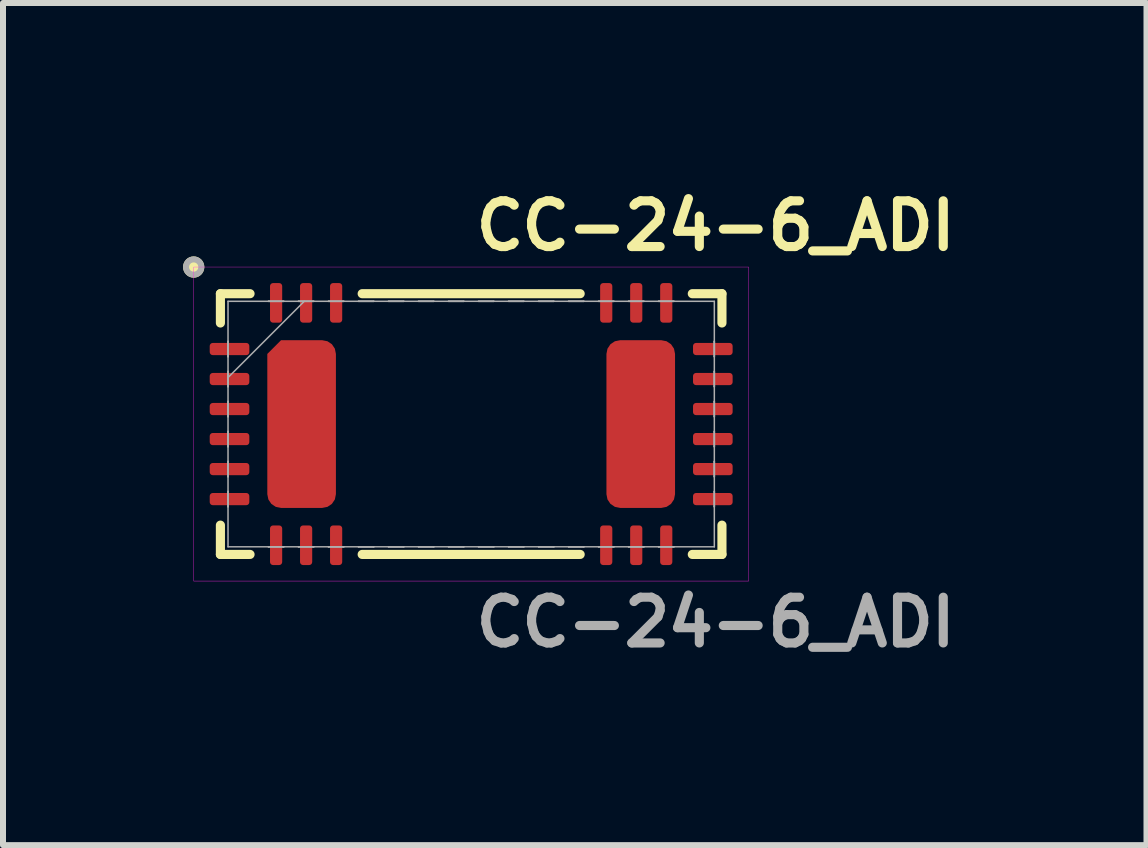
<source format=kicad_pcb>
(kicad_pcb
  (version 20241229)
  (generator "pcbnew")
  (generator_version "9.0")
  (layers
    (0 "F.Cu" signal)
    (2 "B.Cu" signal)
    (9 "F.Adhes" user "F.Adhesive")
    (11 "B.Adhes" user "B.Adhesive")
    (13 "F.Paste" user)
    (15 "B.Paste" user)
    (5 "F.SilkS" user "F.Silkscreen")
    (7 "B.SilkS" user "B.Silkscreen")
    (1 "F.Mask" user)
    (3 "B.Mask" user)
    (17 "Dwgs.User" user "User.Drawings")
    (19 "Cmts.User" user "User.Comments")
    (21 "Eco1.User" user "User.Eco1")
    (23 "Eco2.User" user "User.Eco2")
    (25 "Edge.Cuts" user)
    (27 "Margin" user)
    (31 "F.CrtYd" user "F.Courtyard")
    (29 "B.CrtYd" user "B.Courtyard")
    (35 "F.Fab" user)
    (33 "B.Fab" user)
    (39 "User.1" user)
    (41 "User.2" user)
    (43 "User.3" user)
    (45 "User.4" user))
  (footprint "CC-24-6_ADI"
    (layer "F.Cu")
    (at 4.8 4.015)
    (property "Reference" "CC-24-6_ADI" (at 0 -3.302 0) (unlocked yes) (layer "F.SilkS") (effects (font (size 0.762 0.762) (thickness 0.152) (bold yes)) (justify left)))
    (attr smd)
    (fp_line (start -4.178 -2.172) (end -4.178 -1.684) (stroke (width 0.152) (type solid)) (layer "F.SilkS"))
    (fp_line (start -4.178 1.684) (end -4.178 2.172) (stroke (width 0.152) (type solid)) (layer "F.SilkS"))
    (fp_line (start -4.178 2.172) (end -3.684 2.172) (stroke (width 0.152) (type solid)) (layer "F.SilkS"))
    (fp_line (start -3.684 -2.172) (end -4.178 -2.172) (stroke (width 0.152) (type solid)) (layer "F.SilkS"))
    (fp_line (start -1.816 2.172) (end 1.816 2.172) (stroke (width 0.152) (type solid)) (layer "F.SilkS"))
    (fp_line (start 1.816 -2.172) (end -1.816 -2.172) (stroke (width 0.152) (type solid)) (layer "F.SilkS"))
    (fp_line (start 3.684 2.172) (end 4.178 2.172) (stroke (width 0.152) (type solid)) (layer "F.SilkS"))
    (fp_line (start 4.178 -2.172) (end 3.684 -2.172) (stroke (width 0.152) (type solid)) (layer "F.SilkS"))
    (fp_line (start 4.178 -1.684) (end 4.178 -2.172) (stroke (width 0.152) (type solid)) (layer "F.SilkS"))
    (fp_line (start 4.178 2.172) (end 4.178 1.684) (stroke (width 0.152) (type solid)) (layer "F.SilkS"))
    (fp_circle (center -4.623 -2.616) (end -4.496 -2.616) (stroke (width 0.1) (type solid)) (fill yes) (layer "F.SilkS"))
    (fp_rect (start -4.623 -2.616) (end 4.623 2.616) (stroke (width 0.006) (type solid)) (fill no) (layer "F.CrtYd"))
    (fp_line (start -4.051 -2.045) (end -4.051 2.045) (stroke (width 0.025) (type solid)) (layer "F.Fab"))
    (fp_line (start -4.051 -1.377) (end -4.051 -1.377) (stroke (width 0.025) (type solid)) (layer "F.Fab"))
    (fp_line (start -4.051 -1.377) (end -4.051 -1.123) (stroke (width 0.025) (type solid)) (layer "F.Fab"))
    (fp_line (start -4.051 -1.123) (end -4.051 -1.377) (stroke (width 0.025) (type solid)) (layer "F.Fab"))
    (fp_line (start -4.051 -1.123) (end -4.051 -1.123) (stroke (width 0.025) (type solid)) (layer "F.Fab"))
    (fp_line (start -4.051 -0.877) (end -4.051 -0.877) (stroke (width 0.025) (type solid)) (layer "F.Fab"))
    (fp_line (start -4.051 -0.877) (end -4.051 -0.623) (stroke (width 0.025) (type solid)) (layer "F.Fab"))
    (fp_line (start -4.051 -0.775) (end -2.781 -2.045) (stroke (width 0.025) (type solid)) (layer "F.Fab"))
    (fp_line (start -4.051 -0.623) (end -4.051 -0.877) (stroke (width 0.025) (type solid)) (layer "F.Fab"))
    (fp_line (start -4.051 -0.623) (end -4.051 -0.623) (stroke (width 0.025) (type solid)) (layer "F.Fab"))
    (fp_line (start -4.051 -0.377) (end -4.051 -0.377) (stroke (width 0.025) (type solid)) (layer "F.Fab"))
    (fp_line (start -4.051 -0.377) (end -4.051 -0.123) (stroke (width 0.025) (type solid)) (layer "F.Fab"))
    (fp_line (start -4.051 -0.123) (end -4.051 -0.377) (stroke (width 0.025) (type solid)) (layer "F.Fab"))
    (fp_line (start -4.051 -0.123) (end -4.051 -0.123) (stroke (width 0.025) (type solid)) (layer "F.Fab"))
    (fp_line (start -4.051 0.123) (end -4.051 0.123) (stroke (width 0.025) (type solid)) (layer "F.Fab"))
    (fp_line (start -4.051 0.123) (end -4.051 0.377) (stroke (width 0.025) (type solid)) (layer "F.Fab"))
    (fp_line (start -4.051 0.377) (end -4.051 0.123) (stroke (width 0.025) (type solid)) (layer "F.Fab"))
    (fp_line (start -4.051 0.377) (end -4.051 0.377) (stroke (width 0.025) (type solid)) (layer "F.Fab"))
    (fp_line (start -4.051 0.623) (end -4.051 0.623) (stroke (width 0.025) (type solid)) (layer "F.Fab"))
    (fp_line (start -4.051 0.623) (end -4.051 0.877) (stroke (width 0.025) (type solid)) (layer "F.Fab"))
    (fp_line (start -4.051 0.877) (end -4.051 0.623) (stroke (width 0.025) (type solid)) (layer "F.Fab"))
    (fp_line (start -4.051 0.877) (end -4.051 0.877) (stroke (width 0.025) (type solid)) (layer "F.Fab"))
    (fp_line (start -4.051 1.123) (end -4.051 1.123) (stroke (width 0.025) (type solid)) (layer "F.Fab"))
    (fp_line (start -4.051 1.123) (end -4.051 1.377) (stroke (width 0.025) (type solid)) (layer "F.Fab"))
    (fp_line (start -4.051 1.377) (end -4.051 1.123) (stroke (width 0.025) (type solid)) (layer "F.Fab"))
    (fp_line (start -4.051 1.377) (end -4.051 1.377) (stroke (width 0.025) (type solid)) (layer "F.Fab"))
    (fp_line (start -4.051 2.045) (end 4.051 2.045) (stroke (width 0.025) (type solid)) (layer "F.Fab"))
    (fp_line (start -3.377 -2.045) (end -3.377 -2.045) (stroke (width 0.025) (type solid)) (layer "F.Fab"))
    (fp_line (start -3.377 -2.045) (end -3.123 -2.045) (stroke (width 0.025) (type solid)) (layer "F.Fab"))
    (fp_line (start -3.377 2.045) (end -3.377 2.045) (stroke (width 0.025) (type solid)) (layer "F.Fab"))
    (fp_line (start -3.377 2.045) (end -3.123 2.045) (stroke (width 0.025) (type solid)) (layer "F.Fab"))
    (fp_line (start -3.123 -2.045) (end -3.377 -2.045) (stroke (width 0.025) (type solid)) (layer "F.Fab"))
    (fp_line (start -3.123 -2.045) (end -3.123 -2.045) (stroke (width 0.025) (type solid)) (layer "F.Fab"))
    (fp_line (start -3.123 2.045) (end -3.377 2.045) (stroke (width 0.025) (type solid)) (layer "F.Fab"))
    (fp_line (start -3.123 2.045) (end -3.123 2.045) (stroke (width 0.025) (type solid)) (layer "F.Fab"))
    (fp_line (start -2.877 -2.045) (end -2.877 -2.045) (stroke (width 0.025) (type solid)) (layer "F.Fab"))
    (fp_line (start -2.877 -2.045) (end -2.623 -2.045) (stroke (width 0.025) (type solid)) (layer "F.Fab"))
    (fp_line (start -2.877 2.045) (end -2.877 2.045) (stroke (width 0.025) (type solid)) (layer "F.Fab"))
    (fp_line (start -2.877 2.045) (end -2.623 2.045) (stroke (width 0.025) (type solid)) (layer "F.Fab"))
    (fp_line (start -2.623 -2.045) (end -2.877 -2.045) (stroke (width 0.025) (type solid)) (layer "F.Fab"))
    (fp_line (start -2.623 -2.045) (end -2.623 -2.045) (stroke (width 0.025) (type solid)) (layer "F.Fab"))
    (fp_line (start -2.623 2.045) (end -2.877 2.045) (stroke (width 0.025) (type solid)) (layer "F.Fab"))
    (fp_line (start -2.623 2.045) (end -2.623 2.045) (stroke (width 0.025) (type solid)) (layer "F.Fab"))
    (fp_line (start -2.377 -2.045) (end -2.377 -2.045) (stroke (width 0.025) (type solid)) (layer "F.Fab"))
    (fp_line (start -2.377 -2.045) (end -2.123 -2.045) (stroke (width 0.025) (type solid)) (layer "F.Fab"))
    (fp_line (start -2.377 2.045) (end -2.377 2.045) (stroke (width 0.025) (type solid)) (layer "F.Fab"))
    (fp_line (start -2.377 2.045) (end -2.123 2.045) (stroke (width 0.025) (type solid)) (layer "F.Fab"))
    (fp_line (start -2.123 -2.045) (end -2.377 -2.045) (stroke (width 0.025) (type solid)) (layer "F.Fab"))
    (fp_line (start -2.123 -2.045) (end -2.123 -2.045) (stroke (width 0.025) (type solid)) (layer "F.Fab"))
    (fp_line (start -2.123 2.045) (end -2.377 2.045) (stroke (width 0.025) (type solid)) (layer "F.Fab"))
    (fp_line (start -2.123 2.045) (end -2.123 2.045) (stroke (width 0.025) (type solid)) (layer "F.Fab"))
    (fp_line (start -1.877 -2.045) (end -1.877 -2.045) (stroke (width 0.025) (type solid)) (layer "F.Fab"))
    (fp_line (start -1.877 -2.045) (end -1.623 -2.045) (stroke (width 0.025) (type solid)) (layer "F.Fab"))
    (fp_line (start -1.877 2.045) (end -1.877 2.045) (stroke (width 0.025) (type solid)) (layer "F.Fab"))
    (fp_line (start -1.877 2.045) (end -1.623 2.045) (stroke (width 0.025) (type solid)) (layer "F.Fab"))
    (fp_line (start -1.623 -2.045) (end -1.877 -2.045) (stroke (width 0.025) (type solid)) (layer "F.Fab"))
    (fp_line (start -1.623 -2.045) (end -1.623 -2.045) (stroke (width 0.025) (type solid)) (layer "F.Fab"))
    (fp_line (start -1.623 2.045) (end -1.877 2.045) (stroke (width 0.025) (type solid)) (layer "F.Fab"))
    (fp_line (start -1.623 2.045) (end -1.623 2.045) (stroke (width 0.025) (type solid)) (layer "F.Fab"))
    (fp_line (start -1.377 -2.045) (end -1.377 -2.045) (stroke (width 0.025) (type solid)) (layer "F.Fab"))
    (fp_line (start -1.377 -2.045) (end -1.123 -2.045) (stroke (width 0.025) (type solid)) (layer "F.Fab"))
    (fp_line (start -1.377 2.045) (end -1.377 2.045) (stroke (width 0.025) (type solid)) (layer "F.Fab"))
    (fp_line (start -1.377 2.045) (end -1.123 2.045) (stroke (width 0.025) (type solid)) (layer "F.Fab"))
    (fp_line (start -1.123 -2.045) (end -1.377 -2.045) (stroke (width 0.025) (type solid)) (layer "F.Fab"))
    (fp_line (start -1.123 -2.045) (end -1.123 -2.045) (stroke (width 0.025) (type solid)) (layer "F.Fab"))
    (fp_line (start -1.123 2.045) (end -1.377 2.045) (stroke (width 0.025) (type solid)) (layer "F.Fab"))
    (fp_line (start -1.123 2.045) (end -1.123 2.045) (stroke (width 0.025) (type solid)) (layer "F.Fab"))
    (fp_line (start -0.877 -2.045) (end -0.877 -2.045) (stroke (width 0.025) (type solid)) (layer "F.Fab"))
    (fp_line (start -0.877 -2.045) (end -0.623 -2.045) (stroke (width 0.025) (type solid)) (layer "F.Fab"))
    (fp_line (start -0.877 2.045) (end -0.877 2.045) (stroke (width 0.025) (type solid)) (layer "F.Fab"))
    (fp_line (start -0.877 2.045) (end -0.623 2.045) (stroke (width 0.025) (type solid)) (layer "F.Fab"))
    (fp_line (start -0.623 -2.045) (end -0.877 -2.045) (stroke (width 0.025) (type solid)) (layer "F.Fab"))
    (fp_line (start -0.623 -2.045) (end -0.623 -2.045) (stroke (width 0.025) (type solid)) (layer "F.Fab"))
    (fp_line (start -0.623 2.045) (end -0.877 2.045) (stroke (width 0.025) (type solid)) (layer "F.Fab"))
    (fp_line (start -0.623 2.045) (end -0.623 2.045) (stroke (width 0.025) (type solid)) (layer "F.Fab"))
    (fp_line (start -0.377 -2.045) (end -0.377 -2.045) (stroke (width 0.025) (type solid)) (layer "F.Fab"))
    (fp_line (start -0.377 -2.045) (end -0.123 -2.045) (stroke (width 0.025) (type solid)) (layer "F.Fab"))
    (fp_line (start -0.377 2.045) (end -0.377 2.045) (stroke (width 0.025) (type solid)) (layer "F.Fab"))
    (fp_line (start -0.377 2.045) (end -0.123 2.045) (stroke (width 0.025) (type solid)) (layer "F.Fab"))
    (fp_line (start -0.123 -2.045) (end -0.377 -2.045) (stroke (width 0.025) (type solid)) (layer "F.Fab"))
    (fp_line (start -0.123 -2.045) (end -0.123 -2.045) (stroke (width 0.025) (type solid)) (layer "F.Fab"))
    (fp_line (start -0.123 2.045) (end -0.377 2.045) (stroke (width 0.025) (type solid)) (layer "F.Fab"))
    (fp_line (start -0.123 2.045) (end -0.123 2.045) (stroke (width 0.025) (type solid)) (layer "F.Fab"))
    (fp_line (start 0.123 -2.045) (end 0.123 -2.045) (stroke (width 0.025) (type solid)) (layer "F.Fab"))
    (fp_line (start 0.123 -2.045) (end 0.377 -2.045) (stroke (width 0.025) (type solid)) (layer "F.Fab"))
    (fp_line (start 0.123 2.045) (end 0.123 2.045) (stroke (width 0.025) (type solid)) (layer "F.Fab"))
    (fp_line (start 0.123 2.045) (end 0.377 2.045) (stroke (width 0.025) (type solid)) (layer "F.Fab"))
    (fp_line (start 0.377 -2.045) (end 0.123 -2.045) (stroke (width 0.025) (type solid)) (layer "F.Fab"))
    (fp_line (start 0.377 -2.045) (end 0.377 -2.045) (stroke (width 0.025) (type solid)) (layer "F.Fab"))
    (fp_line (start 0.377 2.045) (end 0.123 2.045) (stroke (width 0.025) (type solid)) (layer "F.Fab"))
    (fp_line (start 0.377 2.045) (end 0.377 2.045) (stroke (width 0.025) (type solid)) (layer "F.Fab"))
    (fp_line (start 0.623 -2.045) (end 0.623 -2.045) (stroke (width 0.025) (type solid)) (layer "F.Fab"))
    (fp_line (start 0.623 -2.045) (end 0.877 -2.045) (stroke (width 0.025) (type solid)) (layer "F.Fab"))
    (fp_line (start 0.623 2.045) (end 0.623 2.045) (stroke (width 0.025) (type solid)) (layer "F.Fab"))
    (fp_line (start 0.623 2.045) (end 0.877 2.045) (stroke (width 0.025) (type solid)) (layer "F.Fab"))
    (fp_line (start 0.877 -2.045) (end 0.623 -2.045) (stroke (width 0.025) (type solid)) (layer "F.Fab"))
    (fp_line (start 0.877 -2.045) (end 0.877 -2.045) (stroke (width 0.025) (type solid)) (layer "F.Fab"))
    (fp_line (start 0.877 2.045) (end 0.623 2.045) (stroke (width 0.025) (type solid)) (layer "F.Fab"))
    (fp_line (start 0.877 2.045) (end 0.877 2.045) (stroke (width 0.025) (type solid)) (layer "F.Fab"))
    (fp_line (start 1.123 -2.045) (end 1.123 -2.045) (stroke (width 0.025) (type solid)) (layer "F.Fab"))
    (fp_line (start 1.123 -2.045) (end 1.377 -2.045) (stroke (width 0.025) (type solid)) (layer "F.Fab"))
    (fp_line (start 1.123 2.045) (end 1.123 2.045) (stroke (width 0.025) (type solid)) (layer "F.Fab"))
    (fp_line (start 1.123 2.045) (end 1.377 2.045) (stroke (width 0.025) (type solid)) (layer "F.Fab"))
    (fp_line (start 1.377 -2.045) (end 1.123 -2.045) (stroke (width 0.025) (type solid)) (layer "F.Fab"))
    (fp_line (start 1.377 -2.045) (end 1.377 -2.045) (stroke (width 0.025) (type solid)) (layer "F.Fab"))
    (fp_line (start 1.377 2.045) (end 1.123 2.045) (stroke (width 0.025) (type solid)) (layer "F.Fab"))
    (fp_line (start 1.377 2.045) (end 1.377 2.045) (stroke (width 0.025) (type solid)) (layer "F.Fab"))
    (fp_line (start 1.623 -2.045) (end 1.623 -2.045) (stroke (width 0.025) (type solid)) (layer "F.Fab"))
    (fp_line (start 1.623 -2.045) (end 1.877 -2.045) (stroke (width 0.025) (type solid)) (layer "F.Fab"))
    (fp_line (start 1.623 2.045) (end 1.623 2.045) (stroke (width 0.025) (type solid)) (layer "F.Fab"))
    (fp_line (start 1.623 2.045) (end 1.877 2.045) (stroke (width 0.025) (type solid)) (layer "F.Fab"))
    (fp_line (start 1.877 -2.045) (end 1.623 -2.045) (stroke (width 0.025) (type solid)) (layer "F.Fab"))
    (fp_line (start 1.877 -2.045) (end 1.877 -2.045) (stroke (width 0.025) (type solid)) (layer "F.Fab"))
    (fp_line (start 1.877 2.045) (end 1.623 2.045) (stroke (width 0.025) (type solid)) (layer "F.Fab"))
    (fp_line (start 1.877 2.045) (end 1.877 2.045) (stroke (width 0.025) (type solid)) (layer "F.Fab"))
    (fp_line (start 2.123 -2.045) (end 2.123 -2.045) (stroke (width 0.025) (type solid)) (layer "F.Fab"))
    (fp_line (start 2.123 -2.045) (end 2.377 -2.045) (stroke (width 0.025) (type solid)) (layer "F.Fab"))
    (fp_line (start 2.123 2.045) (end 2.123 2.045) (stroke (width 0.025) (type solid)) (layer "F.Fab"))
    (fp_line (start 2.123 2.045) (end 2.377 2.045) (stroke (width 0.025) (type solid)) (layer "F.Fab"))
    (fp_line (start 2.377 -2.045) (end 2.123 -2.045) (stroke (width 0.025) (type solid)) (layer "F.Fab"))
    (fp_line (start 2.377 -2.045) (end 2.377 -2.045) (stroke (width 0.025) (type solid)) (layer "F.Fab"))
    (fp_line (start 2.377 2.045) (end 2.123 2.045) (stroke (width 0.025) (type solid)) (layer "F.Fab"))
    (fp_line (start 2.377 2.045) (end 2.377 2.045) (stroke (width 0.025) (type solid)) (layer "F.Fab"))
    (fp_line (start 2.623 -2.045) (end 2.623 -2.045) (stroke (width 0.025) (type solid)) (layer "F.Fab"))
    (fp_line (start 2.623 -2.045) (end 2.877 -2.045) (stroke (width 0.025) (type solid)) (layer "F.Fab"))
    (fp_line (start 2.623 2.045) (end 2.623 2.045) (stroke (width 0.025) (type solid)) (layer "F.Fab"))
    (fp_line (start 2.623 2.045) (end 2.877 2.045) (stroke (width 0.025) (type solid)) (layer "F.Fab"))
    (fp_line (start 2.877 -2.045) (end 2.623 -2.045) (stroke (width 0.025) (type solid)) (layer "F.Fab"))
    (fp_line (start 2.877 -2.045) (end 2.877 -2.045) (stroke (width 0.025) (type solid)) (layer "F.Fab"))
    (fp_line (start 2.877 2.045) (end 2.623 2.045) (stroke (width 0.025) (type solid)) (layer "F.Fab"))
    (fp_line (start 2.877 2.045) (end 2.877 2.045) (stroke (width 0.025) (type solid)) (layer "F.Fab"))
    (fp_line (start 3.123 -2.045) (end 3.123 -2.045) (stroke (width 0.025) (type solid)) (layer "F.Fab"))
    (fp_line (start 3.123 -2.045) (end 3.377 -2.045) (stroke (width 0.025) (type solid)) (layer "F.Fab"))
    (fp_line (start 3.123 2.045) (end 3.123 2.045) (stroke (width 0.025) (type solid)) (layer "F.Fab"))
    (fp_line (start 3.123 2.045) (end 3.377 2.045) (stroke (width 0.025) (type solid)) (layer "F.Fab"))
    (fp_line (start 3.377 -2.045) (end 3.123 -2.045) (stroke (width 0.025) (type solid)) (layer "F.Fab"))
    (fp_line (start 3.377 -2.045) (end 3.377 -2.045) (stroke (width 0.025) (type solid)) (layer "F.Fab"))
    (fp_line (start 3.377 2.045) (end 3.123 2.045) (stroke (width 0.025) (type solid)) (layer "F.Fab"))
    (fp_line (start 3.377 2.045) (end 3.377 2.045) (stroke (width 0.025) (type solid)) (layer "F.Fab"))
    (fp_line (start 4.051 -2.045) (end -4.051 -2.045) (stroke (width 0.025) (type solid)) (layer "F.Fab"))
    (fp_line (start 4.051 -1.377) (end 4.051 -1.377) (stroke (width 0.025) (type solid)) (layer "F.Fab"))
    (fp_line (start 4.051 -1.377) (end 4.051 -1.123) (stroke (width 0.025) (type solid)) (layer "F.Fab"))
    (fp_line (start 4.051 -1.123) (end 4.051 -1.377) (stroke (width 0.025) (type solid)) (layer "F.Fab"))
    (fp_line (start 4.051 -1.123) (end 4.051 -1.123) (stroke (width 0.025) (type solid)) (layer "F.Fab"))
    (fp_line (start 4.051 -0.877) (end 4.051 -0.877) (stroke (width 0.025) (type solid)) (layer "F.Fab"))
    (fp_line (start 4.051 -0.877) (end 4.051 -0.623) (stroke (width 0.025) (type solid)) (layer "F.Fab"))
    (fp_line (start 4.051 -0.623) (end 4.051 -0.877) (stroke (width 0.025) (type solid)) (layer "F.Fab"))
    (fp_line (start 4.051 -0.623) (end 4.051 -0.623) (stroke (width 0.025) (type solid)) (layer "F.Fab"))
    (fp_line (start 4.051 -0.377) (end 4.051 -0.377) (stroke (width 0.025) (type solid)) (layer "F.Fab"))
    (fp_line (start 4.051 -0.377) (end 4.051 -0.123) (stroke (width 0.025) (type solid)) (layer "F.Fab"))
    (fp_line (start 4.051 -0.123) (end 4.051 -0.377) (stroke (width 0.025) (type solid)) (layer "F.Fab"))
    (fp_line (start 4.051 -0.123) (end 4.051 -0.123) (stroke (width 0.025) (type solid)) (layer "F.Fab"))
    (fp_line (start 4.051 0.123) (end 4.051 0.123) (stroke (width 0.025) (type solid)) (layer "F.Fab"))
    (fp_line (start 4.051 0.123) (end 4.051 0.377) (stroke (width 0.025) (type solid)) (layer "F.Fab"))
    (fp_line (start 4.051 0.377) (end 4.051 0.123) (stroke (width 0.025) (type solid)) (layer "F.Fab"))
    (fp_line (start 4.051 0.377) (end 4.051 0.377) (stroke (width 0.025) (type solid)) (layer "F.Fab"))
    (fp_line (start 4.051 0.623) (end 4.051 0.623) (stroke (width 0.025) (type solid)) (layer "F.Fab"))
    (fp_line (start 4.051 0.623) (end 4.051 0.877) (stroke (width 0.025) (type solid)) (layer "F.Fab"))
    (fp_line (start 4.051 0.877) (end 4.051 0.623) (stroke (width 0.025) (type solid)) (layer "F.Fab"))
    (fp_line (start 4.051 0.877) (end 4.051 0.877) (stroke (width 0.025) (type solid)) (layer "F.Fab"))
    (fp_line (start 4.051 1.123) (end 4.051 1.123) (stroke (width 0.025) (type solid)) (layer "F.Fab"))
    (fp_line (start 4.051 1.123) (end 4.051 1.377) (stroke (width 0.025) (type solid)) (layer "F.Fab"))
    (fp_line (start 4.051 1.377) (end 4.051 1.123) (stroke (width 0.025) (type solid)) (layer "F.Fab"))
    (fp_line (start 4.051 1.377) (end 4.051 1.377) (stroke (width 0.025) (type solid)) (layer "F.Fab"))
    (fp_line (start 4.051 2.045) (end 4.051 -2.045) (stroke (width 0.025) (type solid)) (layer "F.Fab"))
    (fp_circle (center -4.623 -2.616) (end -4.496 -2.616) (stroke (width 0.1) (type solid)) (fill no) (layer "F.Fab"))
    (fp_text user "${REFERENCE}" (at 0 3.302 0) (unlocked yes) (layer "F.Fab") (effects (font (size 0.762 0.762) (thickness 0.152) (bold yes)) (justify left)))
    (pad "1" smd roundrect (at -2.25 -2.019) (size 0.203 0.66) (layers "F.Cu" "F.Mask" "F.Paste") (roundrect_rratio 0.25))
    (pad "2" smd roundrect (at -2.75 -2.019) (size 0.203 0.66) (layers "F.Cu" "F.Mask" "F.Paste") (roundrect_rratio 0.25))
    (pad "3" smd roundrect (at -3.25 -2.019) (size 0.203 0.66) (layers "F.Cu" "F.Mask" "F.Paste") (roundrect_rratio 0.25))
    (pad "4" smd roundrect (at -4.026 -1.25 90) (size 0.203 0.66) (layers "F.Cu" "F.Mask" "F.Paste") (roundrect_rratio 0.25))
    (pad "5" smd roundrect (at -4.026 -0.75 90) (size 0.203 0.66) (layers "F.Cu" "F.Mask" "F.Paste") (roundrect_rratio 0.25))
    (pad "6" smd roundrect (at -4.026 -0.25 90) (size 0.203 0.66) (layers "F.Cu" "F.Mask" "F.Paste") (roundrect_rratio 0.25))
    (pad "7" smd roundrect (at -4.026 0.25 90) (size 0.203 0.66) (layers "F.Cu" "F.Mask" "F.Paste") (roundrect_rratio 0.25))
    (pad "8" smd roundrect (at -4.026 0.75 90) (size 0.203 0.66) (layers "F.Cu" "F.Mask" "F.Paste") (roundrect_rratio 0.25))
    (pad "9" smd roundrect (at -4.026 1.25 90) (size 0.203 0.66) (layers "F.Cu" "F.Mask" "F.Paste") (roundrect_rratio 0.25))
    (pad "10" smd roundrect (at -3.25 2.019) (size 0.203 0.66) (layers "F.Cu" "F.Mask" "F.Paste") (roundrect_rratio 0.25))
    (pad "11" smd roundrect (at -2.75 2.019) (size 0.203 0.66) (layers "F.Cu" "F.Mask" "F.Paste") (roundrect_rratio 0.25))
    (pad "12" smd roundrect (at -2.25 2.019) (size 0.203 0.66) (layers "F.Cu" "F.Mask" "F.Paste") (roundrect_rratio 0.25))
    (pad "13" smd roundrect (at 2.25 2.019) (size 0.203 0.66) (layers "F.Cu" "F.Mask" "F.Paste") (roundrect_rratio 0.25))
    (pad "14" smd roundrect (at 2.75 2.019) (size 0.203 0.66) (layers "F.Cu" "F.Mask" "F.Paste") (roundrect_rratio 0.25))
    (pad "15" smd roundrect (at 3.25 2.019) (size 0.203 0.66) (layers "F.Cu" "F.Mask" "F.Paste") (roundrect_rratio 0.25))
    (pad "16" smd roundrect (at 4.026 1.25 90) (size 0.203 0.66) (layers "F.Cu" "F.Mask" "F.Paste") (roundrect_rratio 0.25))
    (pad "17" smd roundrect (at 4.026 0.75 90) (size 0.203 0.66) (layers "F.Cu" "F.Mask" "F.Paste") (roundrect_rratio 0.25))
    (pad "18" smd roundrect (at 4.026 0.25 90) (size 0.203 0.66) (layers "F.Cu" "F.Mask" "F.Paste") (roundrect_rratio 0.25))
    (pad "19" smd roundrect (at 4.026 -0.25 90) (size 0.203 0.66) (layers "F.Cu" "F.Mask" "F.Paste") (roundrect_rratio 0.25))
    (pad "20" smd roundrect (at 4.026 -0.75 90) (size 0.203 0.66) (layers "F.Cu" "F.Mask" "F.Paste") (roundrect_rratio 0.25))
    (pad "21" smd roundrect (at 4.026 -1.25 90) (size 0.203 0.66) (layers "F.Cu" "F.Mask" "F.Paste") (roundrect_rratio 0.25))
    (pad "22" smd roundrect (at 3.25 -2.019) (size 0.203 0.66) (layers "F.Cu" "F.Mask" "F.Paste") (roundrect_rratio 0.25))
    (pad "23" smd roundrect (at 2.75 -2.019) (size 0.203 0.66) (layers "F.Cu" "F.Mask" "F.Paste") (roundrect_rratio 0.25))
    (pad "24" smd roundrect (at 2.25 -2.019) (size 0.203 0.66) (layers "F.Cu" "F.Mask" "F.Paste") (roundrect_rratio 0.25))
    (pad "25" smd roundrect (at -2.825 0) (size 1.143 2.794) (layers "F.Cu" "F.Mask" "F.Paste") (roundrect_rratio 0.2) (chamfer_ratio 0.2) (chamfer top_left))
    (pad "26" smd roundrect (at 2.825 0) (size 1.143 2.794) (layers "F.Cu" "F.Mask" "F.Paste") (roundrect_rratio 0.2)))
  (gr_rect
    (start -3 -3)
    (end 16.051 11.03)
    (stroke (width 0.1) (type default))
    (fill no)
    (layer "Edge.Cuts")))
</source>
